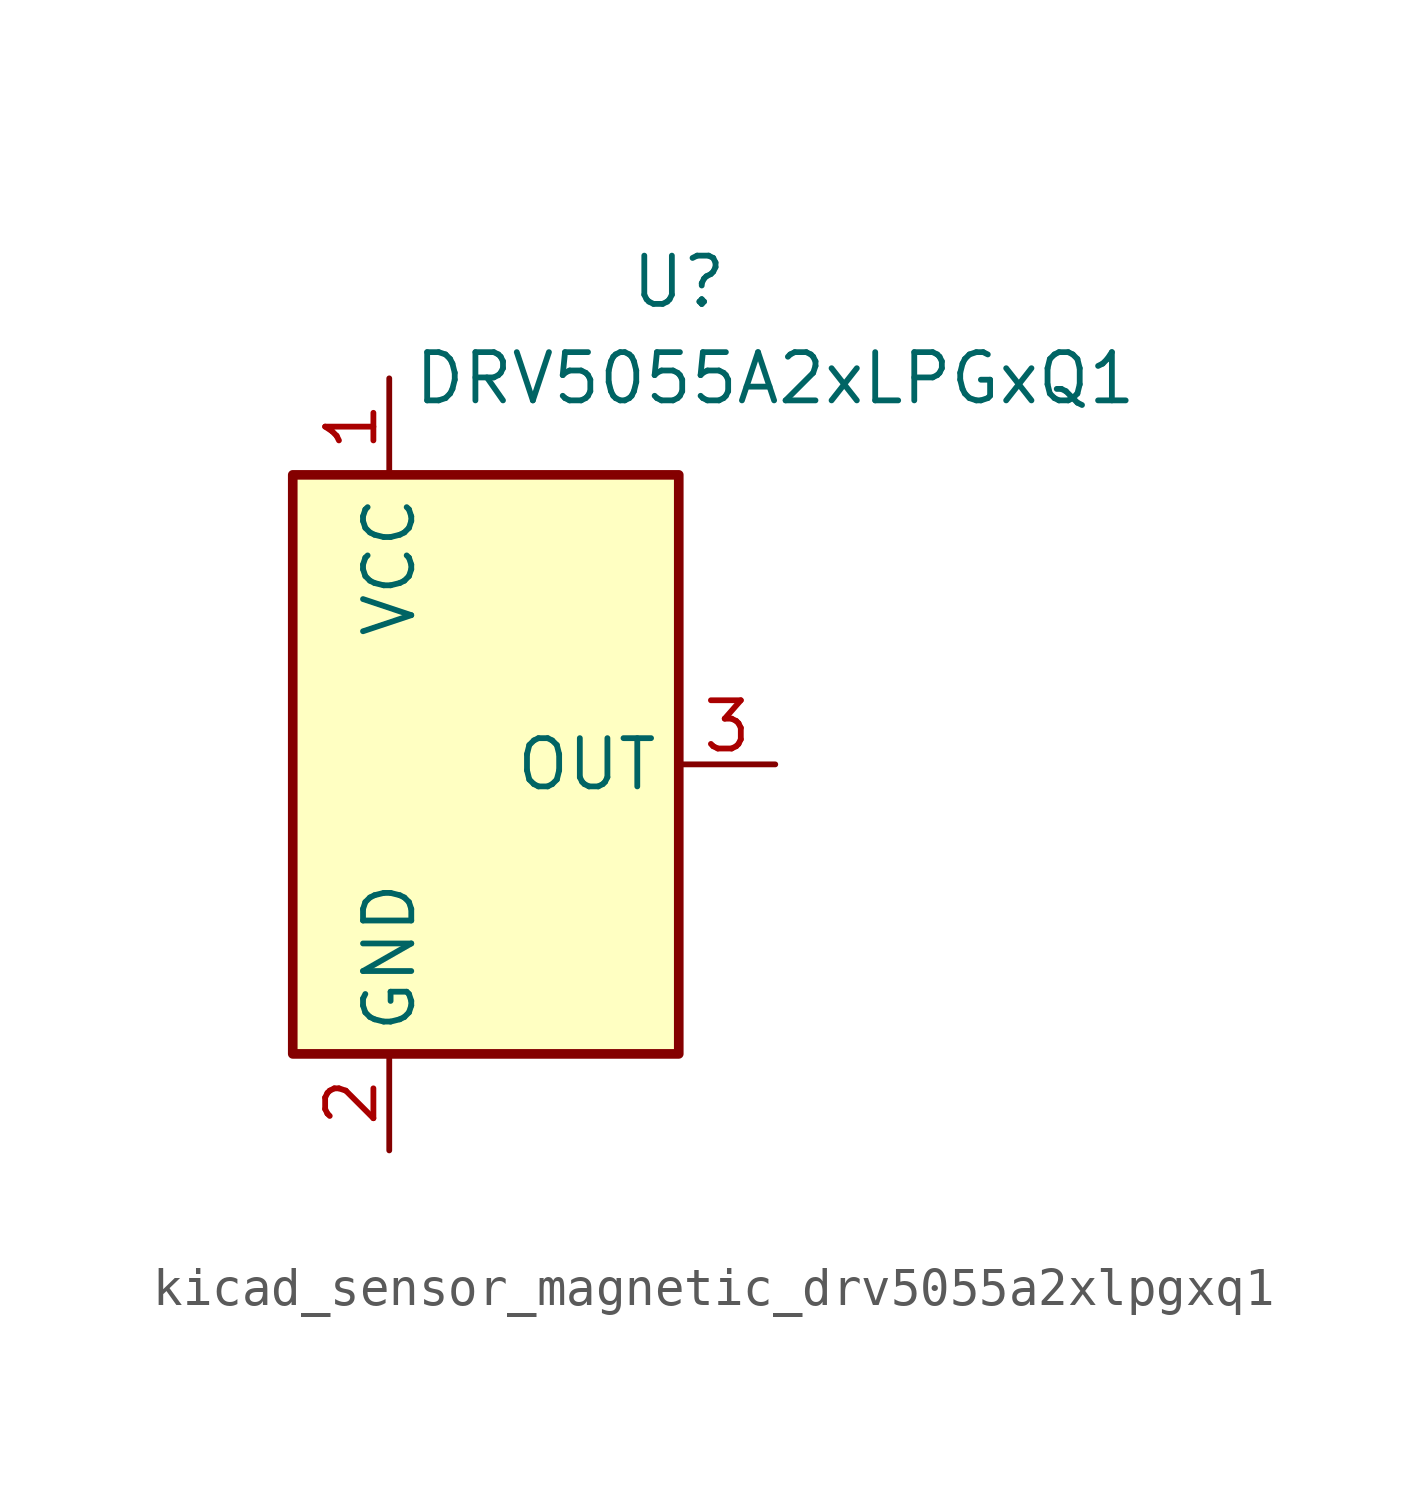
<source format=kicad_sym>
(kicad_symbol_lib
  (version 20220914)
  (generator kicad_symbol_editor)
  (symbol "kicad_sensor_magnetic_drv5055a2xlpgxq1"
    (property "Reference" "U"
      (at 5.08 12.7 0)
      (effects (font (size 1.27 1.27))))
    (property "Value" "DRV5055A2xLPGxQ1"
      (at 7.62 10.16 0)
      (effects (font (size 1.27 1.27))))
    (symbol "kicad_sensor_magnetic_drv5055a2xlpgxq1_1_1"
      (rectangle (start -5.08 7.62) (end 5.08 -7.62) (stroke (width 0.254) (type default)) (fill (type background)))
      (pin power_in line (at -2.54 10.16 270) (length 2.54) (name "VCC" (effects (font (size 1.27 1.27)))) (number "1" (effects (font (size 1.27 1.27)))))
      (pin power_in line (at -2.54 -10.16 90) (length 2.54) (name "GND" (effects (font (size 1.27 1.27)))) (number "2" (effects (font (size 1.27 1.27)))))
      (pin output line (at 7.62 0 180) (length 2.54) (name "OUT" (effects (font (size 1.27 1.27)))) (number "3" (effects (font (size 1.27 1.27))))))))
</source>
